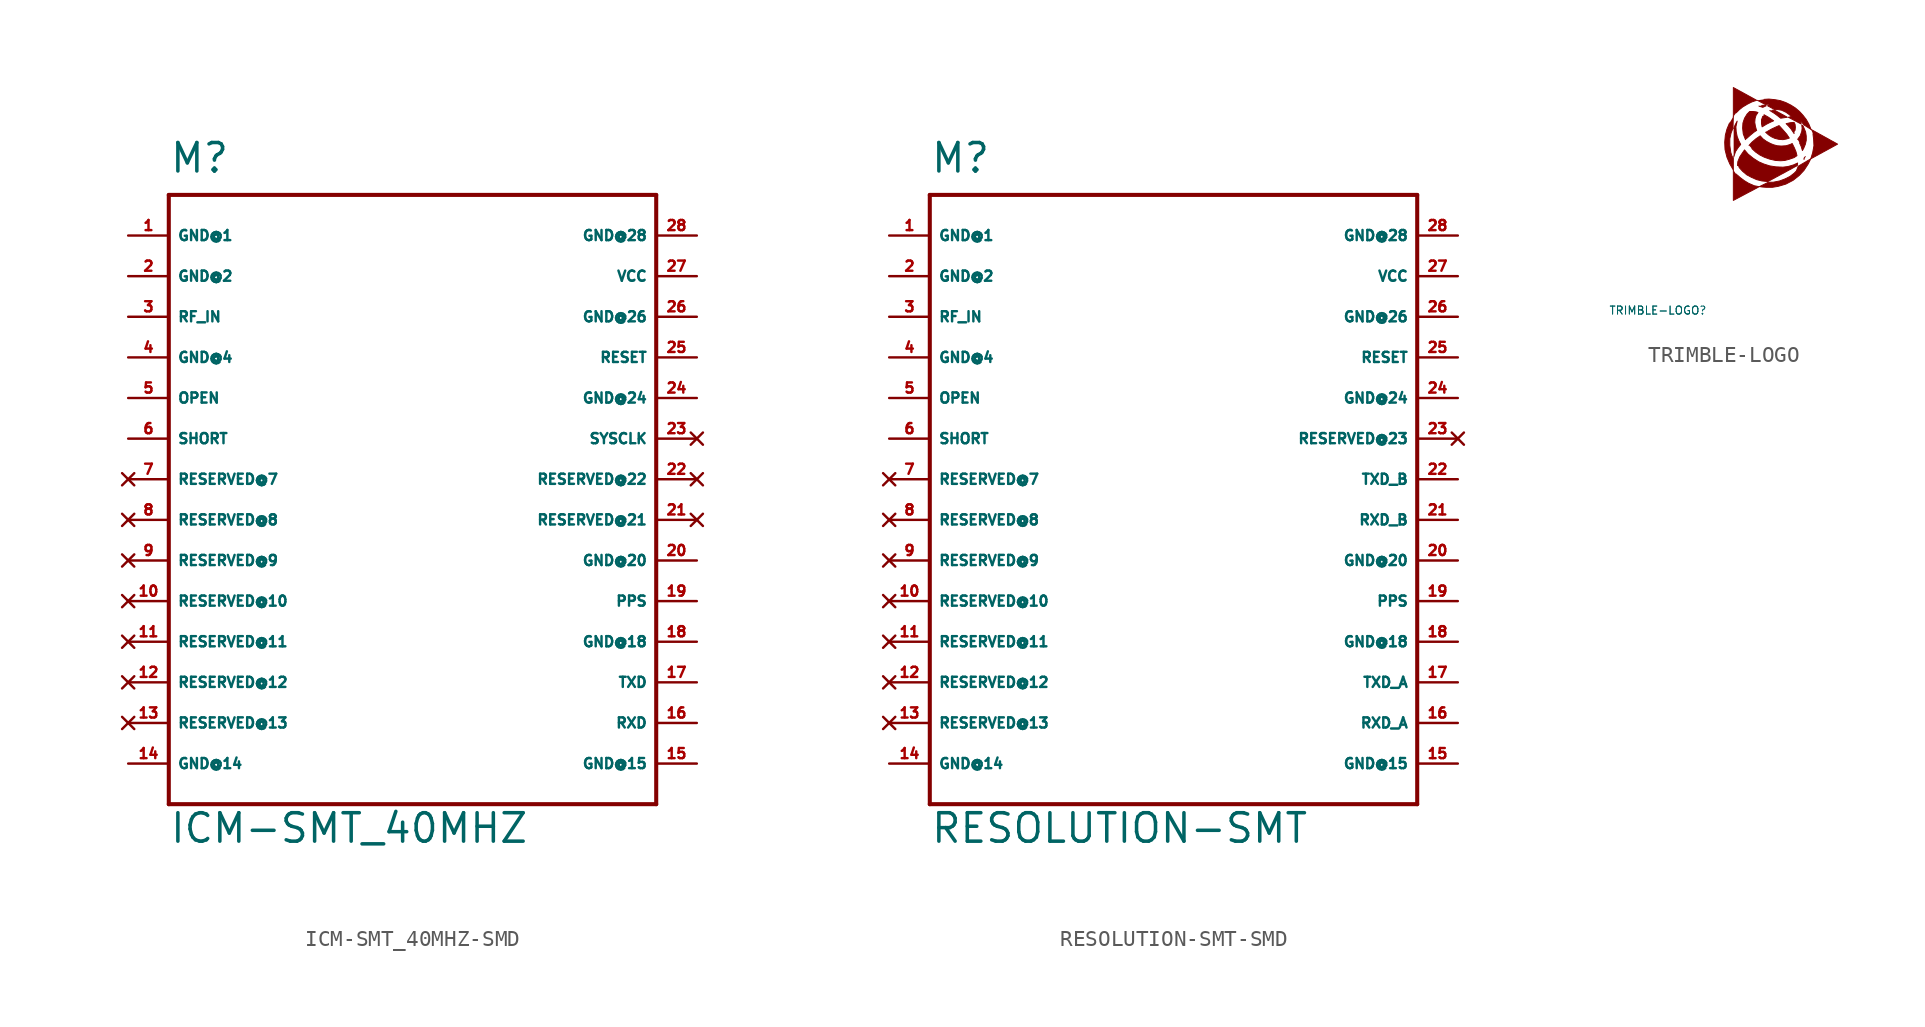
<source format=kicad_sym>
(kicad_symbol_lib
  (version 20220914)
  (generator Eagle2Kicad)
  (symbol "ICM-SMT_40MHZ-SMD"
    (property "Reference" "M"
      (at -15.24 19.05 0)
      (effects (font (size 1.778 1.778) (thickness 0.22)) (justify left bottom)))
    (property "Value" "ICM-SMT_40MHZ"
      (at -15.24 -22.86 0)
      (effects (font (size 1.778 1.778) (thickness 0.22)) (justify left bottom)))
    (polyline
      (pts (xy -15.24 17.78) (xy -15.24 -20.32))
      (stroke (width 0.254) (type default))
      (fill (type none)))
    (polyline
      (pts (xy -15.24 -20.32) (xy 15.24 -20.32))
      (stroke (width 0.254) (type default))
      (fill (type none)))
    (polyline
      (pts (xy 15.24 -20.32) (xy 15.24 17.78))
      (stroke (width 0.254) (type default))
      (fill (type none)))
    (polyline
      (pts (xy 15.24 17.78) (xy -15.24 17.78))
      (stroke (width 0.254) (type default))
      (fill (type none)))
    (pin unspecified line
      (at -17.78 15.24 0)
      (length 2.54)
      (name "GND@1" (effects (font (size 0.635 0.635) (thickness 0.08)) (justify left bottom)))
      (number "1" (effects (font (size 0.635 0.635) (thickness 0.08)) (justify left bottom))))
    (pin unspecified line
      (at -17.78 12.7 0)
      (length 2.54)
      (name "GND@2" (effects (font (size 0.635 0.635) (thickness 0.08)) (justify left bottom)))
      (number "2" (effects (font (size 0.635 0.635) (thickness 0.08)) (justify left bottom))))
    (pin input line
      (at -17.78 10.16 0)
      (length 2.54)
      (name "RF_IN" (effects (font (size 0.635 0.635) (thickness 0.08)) (justify left bottom)))
      (number "3" (effects (font (size 0.635 0.635) (thickness 0.08)) (justify left bottom))))
    (pin unspecified line
      (at -17.78 7.62 0)
      (length 2.54)
      (name "GND@4" (effects (font (size 0.635 0.635) (thickness 0.08)) (justify left bottom)))
      (number "4" (effects (font (size 0.635 0.635) (thickness 0.08)) (justify left bottom))))
    (pin input line
      (at -17.78 5.08 0)
      (length 2.54)
      (name "OPEN" (effects (font (size 0.635 0.635) (thickness 0.08)) (justify left bottom)))
      (number "5" (effects (font (size 0.635 0.635) (thickness 0.08)) (justify left bottom))))
    (pin input line
      (at -17.78 2.54 0)
      (length 2.54)
      (name "SHORT" (effects (font (size 0.635 0.635) (thickness 0.08)) (justify left bottom)))
      (number "6" (effects (font (size 0.635 0.635) (thickness 0.08)) (justify left bottom))))
    (pin input line
      (at 17.78 7.62 180)
      (length 2.54)
      (name "RESET" (effects (font (size 0.635 0.635) (thickness 0.08)) (justify left bottom)))
      (number "25" (effects (font (size 0.635 0.635) (thickness 0.08)) (justify left bottom))))
    (pin unspecified line
      (at 17.78 12.7 180)
      (length 2.54)
      (name "VCC" (effects (font (size 0.635 0.635) (thickness 0.08)) (justify left bottom)))
      (number "27" (effects (font (size 0.635 0.635) (thickness 0.08)) (justify left bottom))))
    (pin unspecified line
      (at -17.78 -17.78 0)
      (length 2.54)
      (name "GND@14" (effects (font (size 0.635 0.635) (thickness 0.08)) (justify left bottom)))
      (number "14" (effects (font (size 0.635 0.635) (thickness 0.08)) (justify left bottom))))
    (pin unspecified line
      (at 17.78 -17.78 180)
      (length 2.54)
      (name "GND@15" (effects (font (size 0.635 0.635) (thickness 0.08)) (justify left bottom)))
      (number "15" (effects (font (size 0.635 0.635) (thickness 0.08)) (justify left bottom))))
    (pin output line
      (at 17.78 -7.62 180)
      (length 2.54)
      (name "PPS" (effects (font (size 0.635 0.635) (thickness 0.08)) (justify left bottom)))
      (number "19" (effects (font (size 0.635 0.635) (thickness 0.08)) (justify left bottom))))
    (pin input line
      (at 17.78 -15.24 180)
      (length 2.54)
      (name "RXD" (effects (font (size 0.635 0.635) (thickness 0.08)) (justify left bottom)))
      (number "16" (effects (font (size 0.635 0.635) (thickness 0.08)) (justify left bottom))))
    (pin output line
      (at 17.78 -12.7 180)
      (length 2.54)
      (name "TXD" (effects (font (size 0.635 0.635) (thickness 0.08)) (justify left bottom)))
      (number "17" (effects (font (size 0.635 0.635) (thickness 0.08)) (justify left bottom))))
    (pin unspecified line
      (at 17.78 -10.16 180)
      (length 2.54)
      (name "GND@18" (effects (font (size 0.635 0.635) (thickness 0.08)) (justify left bottom)))
      (number "18" (effects (font (size 0.635 0.635) (thickness 0.08)) (justify left bottom))))
    (pin unspecified line
      (at 17.78 -5.08 180)
      (length 2.54)
      (name "GND@20" (effects (font (size 0.635 0.635) (thickness 0.08)) (justify left bottom)))
      (number "20" (effects (font (size 0.635 0.635) (thickness 0.08)) (justify left bottom))))
    (pin no_connect line
      (at -17.78 0 0)
      (length 2.54)
      (name "RESERVED@7" (effects (font (size 0.635 0.635) (thickness 0.08)) (justify left bottom) hide))
      (number "7" (effects (font (size 0.635 0.635) (thickness 0.08)) (justify left bottom) hide)))
    (pin no_connect line
      (at 17.78 2.54 180)
      (length 2.54)
      (name "SYSCLK" (effects (font (size 0.635 0.635) (thickness 0.08)) (justify left bottom) hide))
      (number "23" (effects (font (size 0.635 0.635) (thickness 0.08)) (justify left bottom) hide)))
    (pin unspecified line
      (at 17.78 5.08 180)
      (length 2.54)
      (name "GND@24" (effects (font (size 0.635 0.635) (thickness 0.08)) (justify left bottom)))
      (number "24" (effects (font (size 0.635 0.635) (thickness 0.08)) (justify left bottom))))
    (pin unspecified line
      (at 17.78 10.16 180)
      (length 2.54)
      (name "GND@26" (effects (font (size 0.635 0.635) (thickness 0.08)) (justify left bottom)))
      (number "26" (effects (font (size 0.635 0.635) (thickness 0.08)) (justify left bottom))))
    (pin unspecified line
      (at 17.78 15.24 180)
      (length 2.54)
      (name "GND@28" (effects (font (size 0.635 0.635) (thickness 0.08)) (justify left bottom)))
      (number "28" (effects (font (size 0.635 0.635) (thickness 0.08)) (justify left bottom))))
    (pin no_connect line
      (at -17.78 -2.54 0)
      (length 2.54)
      (name "RESERVED@8" (effects (font (size 0.635 0.635) (thickness 0.08)) (justify left bottom) hide))
      (number "8" (effects (font (size 0.635 0.635) (thickness 0.08)) (justify left bottom) hide)))
    (pin no_connect line
      (at -17.78 -5.08 0)
      (length 2.54)
      (name "RESERVED@9" (effects (font (size 0.635 0.635) (thickness 0.08)) (justify left bottom) hide))
      (number "9" (effects (font (size 0.635 0.635) (thickness 0.08)) (justify left bottom) hide)))
    (pin no_connect line
      (at -17.78 -7.62 0)
      (length 2.54)
      (name "RESERVED@10" (effects (font (size 0.635 0.635) (thickness 0.08)) (justify left bottom) hide))
      (number "10" (effects (font (size 0.635 0.635) (thickness 0.08)) (justify left bottom) hide)))
    (pin no_connect line
      (at -17.78 -10.16 0)
      (length 2.54)
      (name "RESERVED@11" (effects (font (size 0.635 0.635) (thickness 0.08)) (justify left bottom) hide))
      (number "11" (effects (font (size 0.635 0.635) (thickness 0.08)) (justify left bottom) hide)))
    (pin no_connect line
      (at -17.78 -12.7 0)
      (length 2.54)
      (name "RESERVED@12" (effects (font (size 0.635 0.635) (thickness 0.08)) (justify left bottom) hide))
      (number "12" (effects (font (size 0.635 0.635) (thickness 0.08)) (justify left bottom) hide)))
    (pin no_connect line
      (at -17.78 -15.24 0)
      (length 2.54)
      (name "RESERVED@13" (effects (font (size 0.635 0.635) (thickness 0.08)) (justify left bottom) hide))
      (number "13" (effects (font (size 0.635 0.635) (thickness 0.08)) (justify left bottom) hide)))
    (pin no_connect line
      (at 17.78 -2.54 180)
      (length 2.54)
      (name "RESERVED@21" (effects (font (size 0.635 0.635) (thickness 0.08)) (justify left bottom) hide))
      (number "21" (effects (font (size 0.635 0.635) (thickness 0.08)) (justify left bottom) hide)))
    (pin no_connect line
      (at 17.78 0 180)
      (length 2.54)
      (name "RESERVED@22" (effects (font (size 0.635 0.635) (thickness 0.08)) (justify left bottom) hide))
      (number "22" (effects (font (size 0.635 0.635) (thickness 0.08)) (justify left bottom) hide))))
  (symbol "RESOLUTION-SMT-SMD"
    (property "Reference" "M"
      (at -15.24 21.59 0)
      (effects (font (size 1.778 1.778) (thickness 0.22)) (justify left bottom)))
    (property "Value" "RESOLUTION-SMT"
      (at -15.24 -20.32 0)
      (effects (font (size 1.778 1.778) (thickness 0.22)) (justify left bottom)))
    (polyline
      (pts (xy -15.24 20.32) (xy -15.24 -17.78))
      (stroke (width 0.254) (type default))
      (fill (type none)))
    (polyline
      (pts (xy -15.24 -17.78) (xy 15.24 -17.78))
      (stroke (width 0.254) (type default))
      (fill (type none)))
    (polyline
      (pts (xy 15.24 -17.78) (xy 15.24 20.32))
      (stroke (width 0.254) (type default))
      (fill (type none)))
    (polyline
      (pts (xy 15.24 20.32) (xy -15.24 20.32))
      (stroke (width 0.254) (type default))
      (fill (type none)))
    (pin unspecified line
      (at -17.78 17.78 0)
      (length 2.54)
      (name "GND@1" (effects (font (size 0.635 0.635) (thickness 0.08)) (justify left bottom)))
      (number "1" (effects (font (size 0.635 0.635) (thickness 0.08)) (justify left bottom))))
    (pin unspecified line
      (at -17.78 15.24 0)
      (length 2.54)
      (name "GND@2" (effects (font (size 0.635 0.635) (thickness 0.08)) (justify left bottom)))
      (number "2" (effects (font (size 0.635 0.635) (thickness 0.08)) (justify left bottom))))
    (pin input line
      (at -17.78 12.7 0)
      (length 2.54)
      (name "RF_IN" (effects (font (size 0.635 0.635) (thickness 0.08)) (justify left bottom)))
      (number "3" (effects (font (size 0.635 0.635) (thickness 0.08)) (justify left bottom))))
    (pin unspecified line
      (at -17.78 10.16 0)
      (length 2.54)
      (name "GND@4" (effects (font (size 0.635 0.635) (thickness 0.08)) (justify left bottom)))
      (number "4" (effects (font (size 0.635 0.635) (thickness 0.08)) (justify left bottom))))
    (pin input line
      (at -17.78 7.62 0)
      (length 2.54)
      (name "OPEN" (effects (font (size 0.635 0.635) (thickness 0.08)) (justify left bottom)))
      (number "5" (effects (font (size 0.635 0.635) (thickness 0.08)) (justify left bottom))))
    (pin input line
      (at -17.78 5.08 0)
      (length 2.54)
      (name "SHORT" (effects (font (size 0.635 0.635) (thickness 0.08)) (justify left bottom)))
      (number "6" (effects (font (size 0.635 0.635) (thickness 0.08)) (justify left bottom))))
    (pin input line
      (at 17.78 10.16 180)
      (length 2.54)
      (name "RESET" (effects (font (size 0.635 0.635) (thickness 0.08)) (justify left bottom)))
      (number "25" (effects (font (size 0.635 0.635) (thickness 0.08)) (justify left bottom))))
    (pin unspecified line
      (at 17.78 15.24 180)
      (length 2.54)
      (name "VCC" (effects (font (size 0.635 0.635) (thickness 0.08)) (justify left bottom)))
      (number "27" (effects (font (size 0.635 0.635) (thickness 0.08)) (justify left bottom))))
    (pin unspecified line
      (at -17.78 -15.24 0)
      (length 2.54)
      (name "GND@14" (effects (font (size 0.635 0.635) (thickness 0.08)) (justify left bottom)))
      (number "14" (effects (font (size 0.635 0.635) (thickness 0.08)) (justify left bottom))))
    (pin unspecified line
      (at 17.78 -15.24 180)
      (length 2.54)
      (name "GND@15" (effects (font (size 0.635 0.635) (thickness 0.08)) (justify left bottom)))
      (number "15" (effects (font (size 0.635 0.635) (thickness 0.08)) (justify left bottom))))
    (pin output line
      (at 17.78 -5.08 180)
      (length 2.54)
      (name "PPS" (effects (font (size 0.635 0.635) (thickness 0.08)) (justify left bottom)))
      (number "19" (effects (font (size 0.635 0.635) (thickness 0.08)) (justify left bottom))))
    (pin input line
      (at 17.78 0 180)
      (length 2.54)
      (name "RXD_B" (effects (font (size 0.635 0.635) (thickness 0.08)) (justify left bottom)))
      (number "21" (effects (font (size 0.635 0.635) (thickness 0.08)) (justify left bottom))))
    (pin input line
      (at 17.78 -12.7 180)
      (length 2.54)
      (name "RXD_A" (effects (font (size 0.635 0.635) (thickness 0.08)) (justify left bottom)))
      (number "16" (effects (font (size 0.635 0.635) (thickness 0.08)) (justify left bottom))))
    (pin output line
      (at 17.78 -10.16 180)
      (length 2.54)
      (name "TXD_A" (effects (font (size 0.635 0.635) (thickness 0.08)) (justify left bottom)))
      (number "17" (effects (font (size 0.635 0.635) (thickness 0.08)) (justify left bottom))))
    (pin output line
      (at 17.78 2.54 180)
      (length 2.54)
      (name "TXD_B" (effects (font (size 0.635 0.635) (thickness 0.08)) (justify left bottom)))
      (number "22" (effects (font (size 0.635 0.635) (thickness 0.08)) (justify left bottom))))
    (pin unspecified line
      (at 17.78 -7.62 180)
      (length 2.54)
      (name "GND@18" (effects (font (size 0.635 0.635) (thickness 0.08)) (justify left bottom)))
      (number "18" (effects (font (size 0.635 0.635) (thickness 0.08)) (justify left bottom))))
    (pin unspecified line
      (at 17.78 -2.54 180)
      (length 2.54)
      (name "GND@20" (effects (font (size 0.635 0.635) (thickness 0.08)) (justify left bottom)))
      (number "20" (effects (font (size 0.635 0.635) (thickness 0.08)) (justify left bottom))))
    (pin no_connect line
      (at -17.78 2.54 0)
      (length 2.54)
      (name "RESERVED@7" (effects (font (size 0.635 0.635) (thickness 0.08)) (justify left bottom) hide))
      (number "7" (effects (font (size 0.635 0.635) (thickness 0.08)) (justify left bottom) hide)))
    (pin no_connect line
      (at 17.78 5.08 180)
      (length 2.54)
      (name "RESERVED@23" (effects (font (size 0.635 0.635) (thickness 0.08)) (justify left bottom) hide))
      (number "23" (effects (font (size 0.635 0.635) (thickness 0.08)) (justify left bottom) hide)))
    (pin unspecified line
      (at 17.78 7.62 180)
      (length 2.54)
      (name "GND@24" (effects (font (size 0.635 0.635) (thickness 0.08)) (justify left bottom)))
      (number "24" (effects (font (size 0.635 0.635) (thickness 0.08)) (justify left bottom))))
    (pin unspecified line
      (at 17.78 12.7 180)
      (length 2.54)
      (name "GND@26" (effects (font (size 0.635 0.635) (thickness 0.08)) (justify left bottom)))
      (number "26" (effects (font (size 0.635 0.635) (thickness 0.08)) (justify left bottom))))
    (pin unspecified line
      (at 17.78 17.78 180)
      (length 2.54)
      (name "GND@28" (effects (font (size 0.635 0.635) (thickness 0.08)) (justify left bottom)))
      (number "28" (effects (font (size 0.635 0.635) (thickness 0.08)) (justify left bottom))))
    (pin no_connect line
      (at -17.78 0 0)
      (length 2.54)
      (name "RESERVED@8" (effects (font (size 0.635 0.635) (thickness 0.08)) (justify left bottom) hide))
      (number "8" (effects (font (size 0.635 0.635) (thickness 0.08)) (justify left bottom) hide)))
    (pin no_connect line
      (at -17.78 -2.54 0)
      (length 2.54)
      (name "RESERVED@9" (effects (font (size 0.635 0.635) (thickness 0.08)) (justify left bottom) hide))
      (number "9" (effects (font (size 0.635 0.635) (thickness 0.08)) (justify left bottom) hide)))
    (pin no_connect line
      (at -17.78 -5.08 0)
      (length 2.54)
      (name "RESERVED@10" (effects (font (size 0.635 0.635) (thickness 0.08)) (justify left bottom) hide))
      (number "10" (effects (font (size 0.635 0.635) (thickness 0.08)) (justify left bottom) hide)))
    (pin no_connect line
      (at -17.78 -7.62 0)
      (length 2.54)
      (name "RESERVED@11" (effects (font (size 0.635 0.635) (thickness 0.08)) (justify left bottom) hide))
      (number "11" (effects (font (size 0.635 0.635) (thickness 0.08)) (justify left bottom) hide)))
    (pin no_connect line
      (at -17.78 -10.16 0)
      (length 2.54)
      (name "RESERVED@12" (effects (font (size 0.635 0.635) (thickness 0.08)) (justify left bottom) hide))
      (number "12" (effects (font (size 0.635 0.635) (thickness 0.08)) (justify left bottom) hide)))
    (pin no_connect line
      (at -17.78 -12.7 0)
      (length 2.54)
      (name "RESERVED@13" (effects (font (size 0.635 0.635) (thickness 0.08)) (justify left bottom) hide))
      (number "13" (effects (font (size 0.635 0.635) (thickness 0.08)) (justify left bottom) hide))))
  (symbol "TRIMBLE-LOGO"
    (property "Reference" "TRIMBLE-LOGO"
      (at -10 -10 0)
      (effects (font (size 0.5 0.5) (thickness 0.06)) (justify left)))
    (property "Value" "TRIMBLE-LOGO"
      (at -10 -10 0)
      (effects (font (size 0.5 0.5) (thickness 0.06)) (justify left)))
    (polyline
      (pts (xy -2.22 2.118) (xy -2.22 3.938) (xy -0.76 3.138) (xy -1.06 3.038) (xy -1.34 2.897) (xy -1.64 2.717) (xy -1.86 2.538) (xy -2.04 2.357))
      (stroke (width 0.06) (type default))
      (fill (type outline)))
    (polyline
      (pts (xy -0.72 3.138) (xy -0.22 2.877) (xy 0 2.897) (xy 0.06 2.897) (xy 0.06 2.857) (xy -0.08 2.797) (xy 0.36 2.558) (xy 0.58 2.558) (xy 0.8 2.518) (xy 1.06 2.397) (xy 1.26 2.257) (xy 1.42 2.118) (xy 1.22 2.078) (xy 2.02 1.657) (xy 1.96 1.897) (xy 2.2 1.597) (xy 2.64 1.317) (xy 2.5 1.657) (xy 2.34 1.938) (xy 2.14 2.197) (xy 1.92 2.438) (xy 1.66 2.658) (xy 1.38 2.837) (xy 1.06 2.998) (xy 0.72 3.118) (xy 0.38 3.178) (xy 0 3.217) (xy -0.3 3.197))
      (stroke (width 0.06) (type default))
      (fill (type outline)))
    (polyline
      (pts (xy -0.62 2.777) (xy -0.38 2.697) (xy -0.16 2.797) (xy -0.26 2.837) (xy -0.44 2.817))
      (stroke (width 0.06) (type default))
      (fill (type outline)))
    (polyline
      (pts (xy 0.06 2.498) (xy 0.32 2.337) (xy 0.54 2.178) (xy 0.74 2.018) (xy 1.16 2.078) (xy 0.36 2.518) (xy 0.22 2.518))
      (stroke (width 0.06) (type default))
      (fill (type outline)))
    (polyline
      (pts (xy 1.8 0.698) (xy 1.96 0.917) (xy 2.06 1.198) (xy 2.08 1.397) (xy 2.06 1.597) (xy 2.14 1.538) (xy 2.2 1.397) (xy 2.3 1.157) (xy 2.34 0.897) (xy 2.34 0.637) (xy 2.28 0.378) (xy 2.18 0.138) (xy 2.1 -0.003) (xy 2.02 0.258) (xy 1.92 0.477))
      (stroke (width 0.06) (type default))
      (fill (type outline)))
    (polyline
      (pts (xy 1.58 1.058) (xy 1.38 1.357) (xy 1.22 1.538) (xy 1.08 1.677) (xy 1.34 1.738) (xy 1.58 1.758) (xy 1.64 1.637) (xy 1.66 1.458) (xy 1.64 1.258))
      (stroke (width 0.06) (type default))
      (fill (type outline)))
    (polyline
      (pts (xy 2.2 -0.562) (xy 2.2 -0.482) (xy 2.28 -0.383))
      (stroke (width 0.06) (type default))
      (fill (type outline)))
    (polyline
      (pts (xy 2.64 1.317) (xy 4.3 0.398) (xy 2.62 -0.522) (xy 2.74 -0.142) (xy 2.82 0.297) (xy 2.8 0.698) (xy 2.76 1.038))
      (stroke (width 0.06) (type default))
      (fill (type outline)))
    (polyline
      (pts (xy -1.46 0.677) (xy -1.6 1.038) (xy -1.64 1.397) (xy -1.62 1.718) (xy -1.52 2.018) (xy -1.36 2.277) (xy -1.2 2.438) (xy -0.98 2.438) (xy -0.8 2.417) (xy -0.68 2.377) (xy -0.8 2.197) (xy -0.86 1.998) (xy -0.88 1.758) (xy -0.84 1.518) (xy -0.78 1.298) (xy -0.76 1.258) (xy -0.94 1.137) (xy -1.18 0.938) (xy -1.36 0.777) (xy -1.46 0.698))
      (stroke (width 0.06) (type default))
      (fill (type outline)))
    (polyline
      (pts (xy -0.3 2.237) (xy -0.02 2.078) (xy 0.18 1.938) (xy 0.3 1.857) (xy 0.08 1.758) (xy -0.16 1.637) (xy -0.42 1.478) (xy -0.46 1.677) (xy -0.46 1.917) (xy -0.38 2.138))
      (stroke (width 0.06) (type default))
      (fill (type outline)))
    (polyline
      (pts (xy -0.18 1.137) (xy 0.02 1.258) (xy 0.2 1.357) (xy 0.46 1.478) (xy 0.64 1.558) (xy 0.86 1.317) (xy 1.12 1.018) (xy 1.28 0.777) (xy 1.1 0.718) (xy 0.88 0.677) (xy 0.62 0.698) (xy 0.38 0.757) (xy 0.16 0.858) (xy -0.02 0.978) (xy -0.2 1.137) (xy -0.16 1.157))
      (stroke (width 0.06) (type default))
      (fill (type outline)))
    (polyline
      (pts (xy -1.24 0.318) (xy -1.06 0.517) (xy -0.8 0.738) (xy -0.54 0.917) (xy -0.38 0.738) (xy -0.16 0.578) (xy 0.1 0.438) (xy 0.3 0.357) (xy 0.52 0.297) (xy 0.78 0.278) (xy 1.08 0.297) (xy 1.34 0.378) (xy 1.46 0.438) (xy 1.6 0.158) (xy 1.7 -0.083) (xy 1.76 -0.323) (xy 1.58 -0.443) (xy 1.3 -0.542) (xy 1 -0.623) (xy 0.74 -0.642) (xy 0.42 -0.623) (xy 0.06 -0.542) (xy -0.28 -0.422) (xy -0.56 -0.282) (xy -0.82 -0.102) (xy -1.06 0.117))
      (stroke (width 0.06) (type default))
      (fill (type outline)))
    (polyline
      (pts (xy -2.22 2.118) (xy -2.24 1.397) (xy -2.36 1.097) (xy -2.44 0.738) (xy -2.44 0.318) (xy -2.38 -0.122) (xy -2.3 -0.362) (xy -2.22 -0.482) (xy -2.22 -1.222) (xy -2.44 -0.843) (xy -2.62 -0.422) (xy -2.74 0.058) (xy -2.76 0.517) (xy -2.72 0.958) (xy -2.62 1.337) (xy -2.46 1.718))
      (stroke (width 0.06) (type default))
      (fill (type outline)))
    (polyline
      (pts (xy -2.2 1.377) (xy -2.1 1.617) (xy -1.98 1.837) (xy -2.06 1.478) (xy -2.04 1.177) (xy -1.98 0.877) (xy -1.88 0.618) (xy -1.76 0.378) (xy -1.92 0.177) (xy -2.08 -0.062) (xy -2.2 -0.422))
      (stroke (width 0.06) (type default))
      (fill (type outline)))
    (polyline
      (pts (xy -2.22 -1.222) (xy -2.22 -3.123) (xy -0.6 -2.263) (xy -0.92 -2.203) (xy -1.28 -2.042) (xy -1.54 -1.883) (xy -1.78 -1.702) (xy -2.06 -1.462))
      (stroke (width 0.06) (type default))
      (fill (type outline)))
    (polyline
      (pts (xy -1.96 -0.943) (xy -1.94 -0.703) (xy -1.82 -0.403) (xy -1.66 -0.163) (xy -1.52 0.037) (xy -1.3 -0.223) (xy -0.98 -0.482) (xy -0.64 -0.703) (xy -0.32 -0.843) (xy 0.06 -0.963) (xy 0.44 -1.022) (xy 0.88 -1.042) (xy 1.2 -1.002) (xy 1.54 -0.902) (xy 1.8 -0.782) (xy 1.78 -0.943) (xy -0.06 -1.942) (xy -0.44 -1.903) (xy -0.76 -1.823) (xy -1.08 -1.683) (xy -1.38 -1.522) (xy -1.64 -1.302) (xy -1.86 -1.062))
      (stroke (width 0.06) (type default))
      (fill (type outline)))
    (polyline
      (pts (xy -0.6 -2.263) (xy -0.02 -1.982) (xy 0.28 -1.982) (xy 0.68 -1.903) (xy 1 -1.782) (xy 1.32 -1.623) (xy 1.58 -1.423) (xy 1.72 -1.282) (xy 1.84 -0.983) (xy 2.62 -0.522) (xy 2.46 -0.843) (xy 2.2 -1.242) (xy 1.9 -1.562) (xy 1.52 -1.863) (xy 1.06 -2.103) (xy 0.58 -2.243) (xy 0.22 -2.303) (xy -0.16 -2.303) (xy -0.42 -2.283) (xy -0.54 -2.263))
      (stroke (width 0.06) (type default))
      (fill (type outline)))))
</source>
